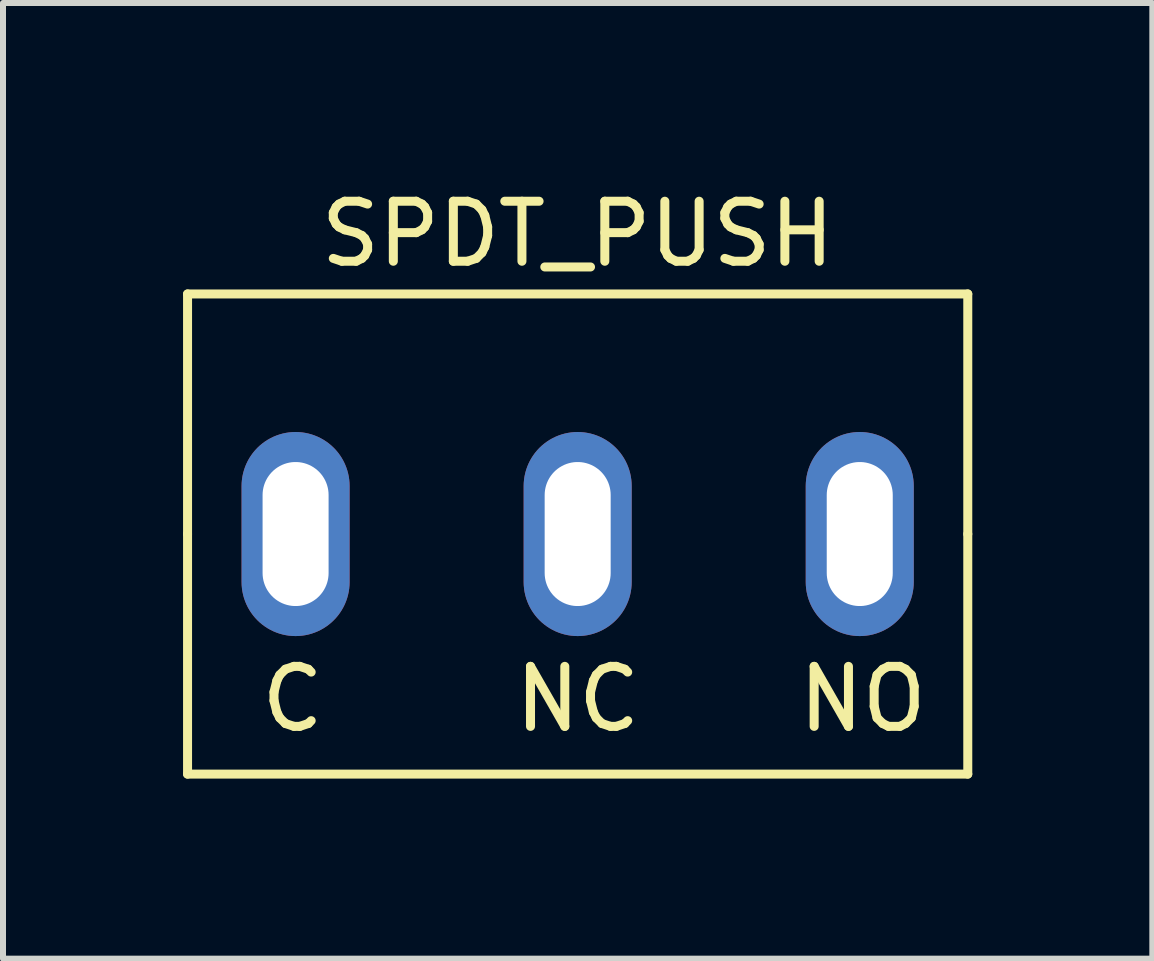
<source format=kicad_pcb>
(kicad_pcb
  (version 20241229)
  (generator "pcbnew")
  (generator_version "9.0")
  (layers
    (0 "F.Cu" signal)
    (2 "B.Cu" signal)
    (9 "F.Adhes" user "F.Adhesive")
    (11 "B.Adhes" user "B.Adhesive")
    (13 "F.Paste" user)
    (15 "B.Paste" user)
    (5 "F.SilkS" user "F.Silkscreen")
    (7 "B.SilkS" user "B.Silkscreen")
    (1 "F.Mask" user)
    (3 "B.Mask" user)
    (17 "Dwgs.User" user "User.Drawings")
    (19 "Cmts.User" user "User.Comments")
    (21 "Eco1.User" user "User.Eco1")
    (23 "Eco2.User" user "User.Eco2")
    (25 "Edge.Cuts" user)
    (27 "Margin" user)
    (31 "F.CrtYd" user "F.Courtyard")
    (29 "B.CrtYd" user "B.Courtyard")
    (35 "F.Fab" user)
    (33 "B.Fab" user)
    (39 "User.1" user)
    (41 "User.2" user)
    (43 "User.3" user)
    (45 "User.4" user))
  (footprint "SPDT_PUSH"
    (layer "F.Cu")
    (at 6.575 5.848)
    (property "Reference" "SPDT_PUSH" (at 0 -5 0) (layer "F.SilkS") (effects (font (size 1 1) (thickness 0.15))))
    (attr through_hole)
    (fp_line (start -6.5 0) (end -6.5 -4) (stroke (width 0.15) (type solid)) (layer "F.SilkS"))
    (fp_line (start -6.5 4) (end -6.5 0) (stroke (width 0.15) (type solid)) (layer "F.SilkS"))
    (fp_line (start 6.5 -4) (end -6.5 -4) (stroke (width 0.15) (type solid)) (layer "F.SilkS"))
    (fp_line (start 6.5 0) (end 6.5 -4) (stroke (width 0.15) (type solid)) (layer "F.SilkS"))
    (fp_line (start 6.5 4) (end -6.5 4) (stroke (width 0.15) (type solid)) (layer "F.SilkS"))
    (fp_line (start 6.5 4) (end 6.5 0) (stroke (width 0.15) (type solid)) (layer "F.SilkS"))
    (fp_text user "C" (at -4.75 2.75 0) (layer "F.SilkS") (effects (font (size 1 1) (thickness 0.15))))
    (fp_text user "NO" (at 4.75 2.75 0) (layer "F.SilkS") (effects (font (size 1 1) (thickness 0.15))))
    (fp_text user "NC" (at 0 2.75 0) (layer "F.SilkS") (effects (font (size 1 1) (thickness 0.15))))
    (pad "1" thru_hole oval (at -4.7 0) (size 1.8 3.4) (drill oval 1.1 2.4) (layers "*.Cu" "*.Mask"))
    (pad "2" thru_hole oval (at 0 0) (size 1.8 3.4) (drill oval 1.1 2.4) (layers "*.Cu" "*.Mask"))
    (pad "3" thru_hole oval (at 4.7 0) (size 1.8 3.4) (drill oval 1.1 2.4) (layers "*.Cu" "*.Mask")))
  (gr_rect
    (start -3 -3)
    (end 16.15 12.923)
    (stroke (width 0.1) (type default))
    (fill no)
    (layer "Edge.Cuts")))
</source>
